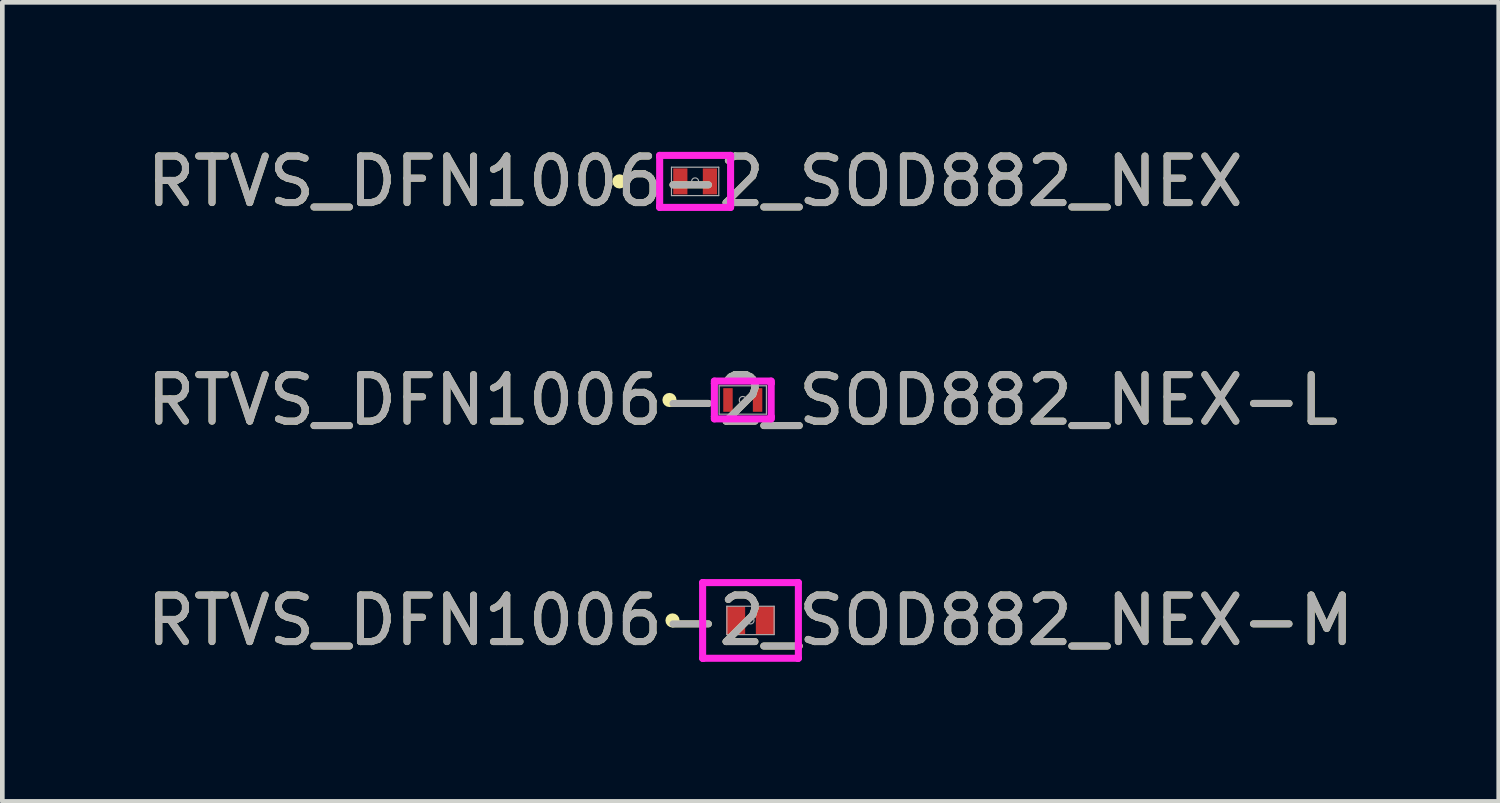
<source format=kicad_pcb>
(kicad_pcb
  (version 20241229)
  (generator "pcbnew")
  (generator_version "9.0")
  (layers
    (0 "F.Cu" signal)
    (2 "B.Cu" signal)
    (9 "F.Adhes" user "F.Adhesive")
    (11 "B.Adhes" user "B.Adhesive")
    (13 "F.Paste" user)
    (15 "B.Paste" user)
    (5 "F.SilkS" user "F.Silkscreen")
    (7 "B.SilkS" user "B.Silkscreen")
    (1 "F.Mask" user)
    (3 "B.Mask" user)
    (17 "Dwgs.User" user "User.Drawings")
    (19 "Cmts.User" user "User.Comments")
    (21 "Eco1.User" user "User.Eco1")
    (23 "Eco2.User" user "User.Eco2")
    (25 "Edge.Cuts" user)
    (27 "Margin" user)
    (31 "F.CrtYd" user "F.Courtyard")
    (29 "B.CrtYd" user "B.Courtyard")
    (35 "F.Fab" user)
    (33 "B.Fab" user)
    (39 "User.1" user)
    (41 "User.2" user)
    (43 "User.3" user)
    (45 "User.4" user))
  (footprint "RTVS_DFN1006-2_SOD882_NEX-M"
    (layer "F.Cu")
    (at 13.077 10.282)
    (property "Reference" "RTVS_DFN1006-2_SOD882_NEX-M" (at 0 0 0) (unlocked yes) (layer "F.SilkS") (effects (font (size 1 1) (thickness 0.15))))
    (attr smd)
    (fp_circle (center -1.676 0) (end -1.6 0) (stroke (width 0.152) (type solid)) (fill no) (layer "F.SilkS"))
    (fp_line (start -1.029 -0.813) (end -1.016 -0.813) (stroke (width 0.152) (type solid)) (layer "F.CrtYd"))
    (fp_line (start -1.029 0.813) (end -1.029 -0.813) (stroke (width 0.152) (type solid)) (layer "F.CrtYd"))
    (fp_line (start -1.029 0.813) (end -1.016 0.813) (stroke (width 0.152) (type solid)) (layer "F.CrtYd"))
    (fp_line (start -1.016 -0.813) (end -1.016 -0.813) (stroke (width 0.152) (type solid)) (layer "F.CrtYd"))
    (fp_line (start -1.016 -0.813) (end 1.016 -0.813) (stroke (width 0.152) (type solid)) (layer "F.CrtYd"))
    (fp_line (start -1.016 0.813) (end -1.016 0.813) (stroke (width 0.152) (type solid)) (layer "F.CrtYd"))
    (fp_line (start 1.016 -0.813) (end 1.016 -0.813) (stroke (width 0.152) (type solid)) (layer "F.CrtYd"))
    (fp_line (start 1.016 0.813) (end -1.016 0.813) (stroke (width 0.152) (type solid)) (layer "F.CrtYd"))
    (fp_line (start 1.016 0.813) (end 1.016 0.813) (stroke (width 0.152) (type solid)) (layer "F.CrtYd"))
    (fp_line (start 1.029 -0.813) (end 1.016 -0.813) (stroke (width 0.152) (type solid)) (layer "F.CrtYd"))
    (fp_line (start 1.029 -0.813) (end 1.029 0.813) (stroke (width 0.152) (type solid)) (layer "F.CrtYd"))
    (fp_line (start 1.029 0.813) (end 1.016 0.813) (stroke (width 0.152) (type solid)) (layer "F.CrtYd"))
    (fp_line (start -0.508 -0.305) (end -0.508 0.305) (stroke (width 0.025) (type solid)) (layer "F.Fab"))
    (fp_line (start -0.508 0.305) (end 0.508 0.305) (stroke (width 0.025) (type solid)) (layer "F.Fab"))
    (fp_line (start 0.508 -0.305) (end -0.508 -0.305) (stroke (width 0.025) (type solid)) (layer "F.Fab"))
    (fp_line (start 0.508 0.305) (end 0.508 -0.305) (stroke (width 0.025) (type solid)) (layer "F.Fab"))
    (fp_circle (center 0 0) (end 0.076 0) (stroke (width 0.025) (type solid)) (fill no) (layer "F.Fab"))
    (fp_text user "${REFERENCE}" (at 0 0 0) (unlocked yes) (layer "F.Fab") (effects (font (size 1 1) (thickness 0.15))))
    (pad "1" smd rect (at -0.318 0) (size 0.406 0.61) (layers "F.Cu" "F.Mask" "F.Paste"))
    (pad "2" smd rect (at 0.318 0) (size 0.406 0.61) (layers "F.Cu" "F.Mask" "F.Paste")))
  (footprint "RTVS_DFN1006-2_SOD882_NEX-L"
    (layer "F.Cu")
    (at 12.911 5.545)
    (property "Reference" "RTVS_DFN1006-2_SOD882_NEX-L" (at 0 0 0) (unlocked yes) (layer "F.SilkS") (effects (font (size 1 1) (thickness 0.15))))
    (attr smd)
    (fp_circle (center -1.575 0) (end -1.499 0) (stroke (width 0.152) (type solid)) (fill no) (layer "F.SilkS"))
    (fp_line (start -0.61 -0.406) (end 0.61 -0.406) (stroke (width 0.152) (type solid)) (layer "F.CrtYd"))
    (fp_line (start -0.61 -0.356) (end -0.61 -0.406) (stroke (width 0.152) (type solid)) (layer "F.CrtYd"))
    (fp_line (start -0.61 -0.356) (end -0.61 -0.356) (stroke (width 0.152) (type solid)) (layer "F.CrtYd"))
    (fp_line (start -0.61 0.356) (end -0.61 -0.356) (stroke (width 0.152) (type solid)) (layer "F.CrtYd"))
    (fp_line (start -0.61 0.356) (end -0.61 0.356) (stroke (width 0.152) (type solid)) (layer "F.CrtYd"))
    (fp_line (start -0.61 0.406) (end -0.61 0.356) (stroke (width 0.152) (type solid)) (layer "F.CrtYd"))
    (fp_line (start 0.61 -0.406) (end 0.61 -0.356) (stroke (width 0.152) (type solid)) (layer "F.CrtYd"))
    (fp_line (start 0.61 -0.356) (end 0.61 -0.356) (stroke (width 0.152) (type solid)) (layer "F.CrtYd"))
    (fp_line (start 0.61 -0.356) (end 0.61 0.356) (stroke (width 0.152) (type solid)) (layer "F.CrtYd"))
    (fp_line (start 0.61 0.356) (end 0.61 0.356) (stroke (width 0.152) (type solid)) (layer "F.CrtYd"))
    (fp_line (start 0.61 0.356) (end 0.61 0.406) (stroke (width 0.152) (type solid)) (layer "F.CrtYd"))
    (fp_line (start 0.61 0.406) (end -0.61 0.406) (stroke (width 0.152) (type solid)) (layer "F.CrtYd"))
    (fp_line (start -0.508 -0.305) (end -0.508 0.305) (stroke (width 0.025) (type solid)) (layer "F.Fab"))
    (fp_line (start -0.508 0.305) (end 0.508 0.305) (stroke (width 0.025) (type solid)) (layer "F.Fab"))
    (fp_line (start 0.508 -0.305) (end -0.508 -0.305) (stroke (width 0.025) (type solid)) (layer "F.Fab"))
    (fp_line (start 0.508 0.305) (end 0.508 -0.305) (stroke (width 0.025) (type solid)) (layer "F.Fab"))
    (fp_circle (center 0 0) (end 0.076 0) (stroke (width 0.025) (type solid)) (fill no) (layer "F.Fab"))
    (fp_text user "${REFERENCE}" (at 0 0 0) (unlocked yes) (layer "F.Fab") (effects (font (size 1 1) (thickness 0.15))))
    (pad "1" smd rect (at -0.318 0) (size 0.203 0.508) (layers "F.Cu" "F.Mask" "F.Paste"))
    (pad "2" smd rect (at 0.318 0) (size 0.203 0.508) (layers "F.Cu" "F.Mask" "F.Paste")))
  (footprint "RTVS_DFN1006-2_SOD882_NEX"
    (layer "F.Cu")
    (at 11.887 0.848)
    (property "Reference" "RTVS_DFN1006-2_SOD882_NEX" (at 0 0 0) (unlocked yes) (layer "F.SilkS") (effects (font (size 1 1) (thickness 0.15))))
    (attr smd)
    (fp_circle (center -1.626 0) (end -1.549 0) (stroke (width 0.152) (type solid)) (fill no) (layer "F.SilkS"))
    (fp_line (start -0.762 -0.559) (end 0.762 -0.559) (stroke (width 0.152) (type solid)) (layer "F.CrtYd"))
    (fp_line (start -0.762 -0.533) (end -0.762 -0.559) (stroke (width 0.152) (type solid)) (layer "F.CrtYd"))
    (fp_line (start -0.762 -0.533) (end -0.762 -0.533) (stroke (width 0.152) (type solid)) (layer "F.CrtYd"))
    (fp_line (start -0.762 0.533) (end -0.762 -0.533) (stroke (width 0.152) (type solid)) (layer "F.CrtYd"))
    (fp_line (start -0.762 0.533) (end -0.762 0.533) (stroke (width 0.152) (type solid)) (layer "F.CrtYd"))
    (fp_line (start -0.762 0.559) (end -0.762 0.533) (stroke (width 0.152) (type solid)) (layer "F.CrtYd"))
    (fp_line (start 0.762 -0.559) (end 0.762 -0.533) (stroke (width 0.152) (type solid)) (layer "F.CrtYd"))
    (fp_line (start 0.762 -0.533) (end 0.762 -0.533) (stroke (width 0.152) (type solid)) (layer "F.CrtYd"))
    (fp_line (start 0.762 -0.533) (end 0.762 0.533) (stroke (width 0.152) (type solid)) (layer "F.CrtYd"))
    (fp_line (start 0.762 0.533) (end 0.762 0.533) (stroke (width 0.152) (type solid)) (layer "F.CrtYd"))
    (fp_line (start 0.762 0.533) (end 0.762 0.559) (stroke (width 0.152) (type solid)) (layer "F.CrtYd"))
    (fp_line (start 0.762 0.559) (end -0.762 0.559) (stroke (width 0.152) (type solid)) (layer "F.CrtYd"))
    (fp_line (start -0.508 -0.305) (end -0.508 0.305) (stroke (width 0.025) (type solid)) (layer "F.Fab"))
    (fp_line (start -0.508 0.305) (end 0.508 0.305) (stroke (width 0.025) (type solid)) (layer "F.Fab"))
    (fp_line (start 0.508 -0.305) (end -0.508 -0.305) (stroke (width 0.025) (type solid)) (layer "F.Fab"))
    (fp_line (start 0.508 0.305) (end 0.508 -0.305) (stroke (width 0.025) (type solid)) (layer "F.Fab"))
    (fp_circle (center 0 0) (end 0.076 0) (stroke (width 0.025) (type solid)) (fill no) (layer "F.Fab"))
    (fp_text user "${REFERENCE}" (at 0 0 0) (unlocked yes) (layer "F.Fab") (effects (font (size 1 1) (thickness 0.15))))
    (pad "1" smd rect (at -0.318 0) (size 0.305 0.559) (layers "F.Cu" "F.Mask" "F.Paste"))
    (pad "2" smd rect (at 0.318 0) (size 0.305 0.559) (layers "F.Cu" "F.Mask" "F.Paste")))
  (gr_rect
    (start -3 -3)
    (end 29.155 14.171)
    (stroke (width 0.1) (type default))
    (fill no)
    (layer "Edge.Cuts")))
</source>
